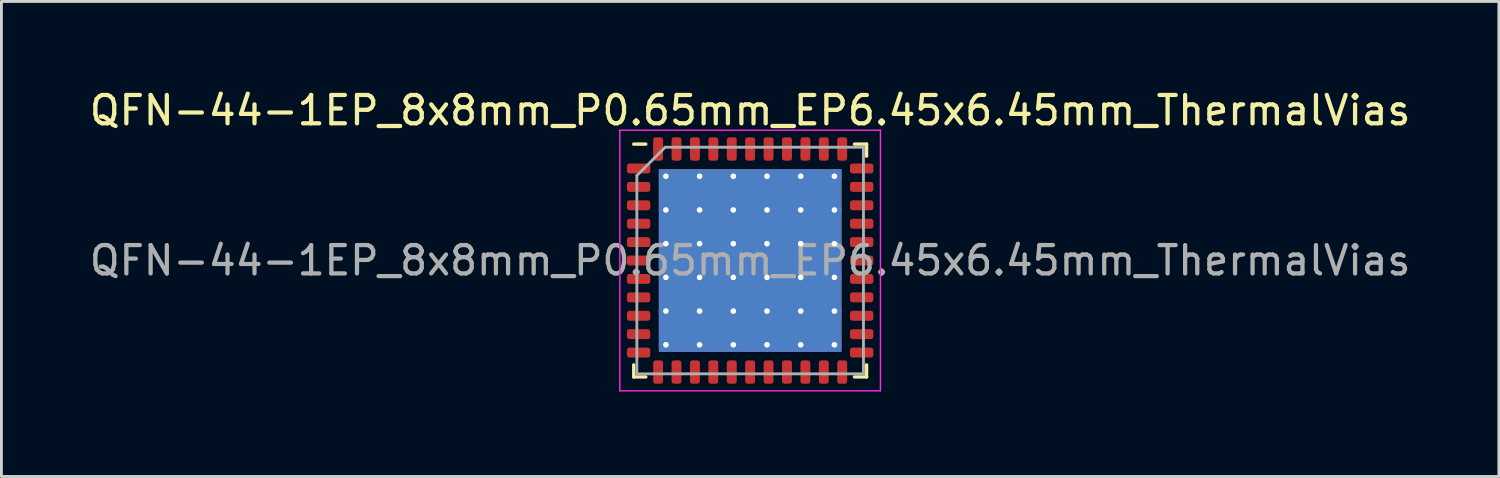
<source format=kicad_pcb>
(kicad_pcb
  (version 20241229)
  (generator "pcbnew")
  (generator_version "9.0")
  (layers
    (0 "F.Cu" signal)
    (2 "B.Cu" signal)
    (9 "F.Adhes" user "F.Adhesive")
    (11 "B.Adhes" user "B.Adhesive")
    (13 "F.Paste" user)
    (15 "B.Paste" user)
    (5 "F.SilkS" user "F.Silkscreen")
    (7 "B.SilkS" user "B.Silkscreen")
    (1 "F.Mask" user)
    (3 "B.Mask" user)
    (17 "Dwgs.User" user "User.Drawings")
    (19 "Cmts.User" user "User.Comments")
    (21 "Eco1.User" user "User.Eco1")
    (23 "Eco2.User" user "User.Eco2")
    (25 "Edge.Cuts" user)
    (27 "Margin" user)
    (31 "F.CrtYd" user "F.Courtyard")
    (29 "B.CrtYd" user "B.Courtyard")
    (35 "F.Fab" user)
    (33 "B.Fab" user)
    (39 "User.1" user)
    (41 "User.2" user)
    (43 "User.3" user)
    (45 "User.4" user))
  (footprint "QFN-44-1EP_8x8mm_P0.65mm_EP6.45x6.45mm_ThermalVias"
    (layer "F.Cu")
    (at 23.435 6.148)
    (property "Reference" "QFN-44-1EP_8x8mm_P0.65mm_EP6.45x6.45mm_ThermalVias" (at 0 -5.3 0) (layer "F.SilkS") (effects (font (size 1 1) (thickness 0.15))))
    (attr smd)
    (fp_line (start -4.11 4.11) (end -4.11 3.685) (stroke (width 0.12) (type solid)) (layer "F.SilkS"))
    (fp_line (start -3.685 -4.11) (end -4.11 -4.11) (stroke (width 0.12) (type solid)) (layer "F.SilkS"))
    (fp_line (start -3.685 4.11) (end -4.11 4.11) (stroke (width 0.12) (type solid)) (layer "F.SilkS"))
    (fp_line (start 3.685 -4.11) (end 4.11 -4.11) (stroke (width 0.12) (type solid)) (layer "F.SilkS"))
    (fp_line (start 3.685 4.11) (end 4.11 4.11) (stroke (width 0.12) (type solid)) (layer "F.SilkS"))
    (fp_line (start 4.11 -4.11) (end 4.11 -3.685) (stroke (width 0.12) (type solid)) (layer "F.SilkS"))
    (fp_line (start 4.11 4.11) (end 4.11 3.685) (stroke (width 0.12) (type solid)) (layer "F.SilkS"))
    (fp_line (start -4.6 -4.6) (end -4.6 4.6) (stroke (width 0.05) (type solid)) (layer "F.CrtYd"))
    (fp_line (start -4.6 4.6) (end 4.6 4.6) (stroke (width 0.05) (type solid)) (layer "F.CrtYd"))
    (fp_line (start 4.6 -4.6) (end -4.6 -4.6) (stroke (width 0.05) (type solid)) (layer "F.CrtYd"))
    (fp_line (start 4.6 4.6) (end 4.6 -4.6) (stroke (width 0.05) (type solid)) (layer "F.CrtYd"))
    (fp_line (start -4 -3) (end -3 -4) (stroke (width 0.1) (type solid)) (layer "F.Fab"))
    (fp_line (start -4 4) (end -4 -3) (stroke (width 0.1) (type solid)) (layer "F.Fab"))
    (fp_line (start -3 -4) (end 4 -4) (stroke (width 0.1) (type solid)) (layer "F.Fab"))
    (fp_line (start 4 -4) (end 4 4) (stroke (width 0.1) (type solid)) (layer "F.Fab"))
    (fp_line (start 4 4) (end -4 4) (stroke (width 0.1) (type solid)) (layer "F.Fab"))
    (fp_text user "${REFERENCE}" (at 0 0 0) (layer "F.Fab") (effects (font (size 1 1) (thickness 0.15))))
    (pad "" smd roundrect (at -2.38 -2.38) (size 0.999 0.999) (layers "F.Paste") (roundrect_rratio 0.25))
    (pad "" smd roundrect (at -2.38 -1.19) (size 0.999 0.999) (layers "F.Paste") (roundrect_rratio 0.25))
    (pad "" smd roundrect (at -2.38 0) (size 0.999 0.999) (layers "F.Paste") (roundrect_rratio 0.25))
    (pad "" smd roundrect (at -2.38 1.19) (size 0.999 0.999) (layers "F.Paste") (roundrect_rratio 0.25))
    (pad "" smd roundrect (at -2.38 2.38) (size 0.999 0.999) (layers "F.Paste") (roundrect_rratio 0.25))
    (pad "" smd roundrect (at -1.19 -2.38) (size 0.999 0.999) (layers "F.Paste") (roundrect_rratio 0.25))
    (pad "" smd roundrect (at -1.19 -1.19) (size 0.999 0.999) (layers "F.Paste") (roundrect_rratio 0.25))
    (pad "" smd roundrect (at -1.19 0) (size 0.999 0.999) (layers "F.Paste") (roundrect_rratio 0.25))
    (pad "" smd roundrect (at -1.19 1.19) (size 0.999 0.999) (layers "F.Paste") (roundrect_rratio 0.25))
    (pad "" smd roundrect (at -1.19 2.38) (size 0.999 0.999) (layers "F.Paste") (roundrect_rratio 0.25))
    (pad "" smd roundrect (at 0 -2.38) (size 0.999 0.999) (layers "F.Paste") (roundrect_rratio 0.25))
    (pad "" smd roundrect (at 0 -1.19) (size 0.999 0.999) (layers "F.Paste") (roundrect_rratio 0.25))
    (pad "" smd roundrect (at 0 0) (size 0.999 0.999) (layers "F.Paste") (roundrect_rratio 0.25))
    (pad "" smd roundrect (at 0 1.19) (size 0.999 0.999) (layers "F.Paste") (roundrect_rratio 0.25))
    (pad "" smd roundrect (at 0 2.38) (size 0.999 0.999) (layers "F.Paste") (roundrect_rratio 0.25))
    (pad "" smd roundrect (at 1.19 -2.38) (size 0.999 0.999) (layers "F.Paste") (roundrect_rratio 0.25))
    (pad "" smd roundrect (at 1.19 -1.19) (size 0.999 0.999) (layers "F.Paste") (roundrect_rratio 0.25))
    (pad "" smd roundrect (at 1.19 0) (size 0.999 0.999) (layers "F.Paste") (roundrect_rratio 0.25))
    (pad "" smd roundrect (at 1.19 1.19) (size 0.999 0.999) (layers "F.Paste") (roundrect_rratio 0.25))
    (pad "" smd roundrect (at 1.19 2.38) (size 0.999 0.999) (layers "F.Paste") (roundrect_rratio 0.25))
    (pad "" smd roundrect (at 2.38 -2.38) (size 0.999 0.999) (layers "F.Paste") (roundrect_rratio 0.25))
    (pad "" smd roundrect (at 2.38 -1.19) (size 0.999 0.999) (layers "F.Paste") (roundrect_rratio 0.25))
    (pad "" smd roundrect (at 2.38 0) (size 0.999 0.999) (layers "F.Paste") (roundrect_rratio 0.25))
    (pad "" smd roundrect (at 2.38 1.19) (size 0.999 0.999) (layers "F.Paste") (roundrect_rratio 0.25))
    (pad "" smd roundrect (at 2.38 2.38) (size 0.999 0.999) (layers "F.Paste") (roundrect_rratio 0.25))
    (pad "1" smd roundrect (at -3.938 -3.25) (size 0.825 0.35) (layers "F.Cu" "F.Mask" "F.Paste") (roundrect_rratio 0.25))
    (pad "2" smd roundrect (at -3.938 -2.6) (size 0.825 0.35) (layers "F.Cu" "F.Mask" "F.Paste") (roundrect_rratio 0.25))
    (pad "3" smd roundrect (at -3.938 -1.95) (size 0.825 0.35) (layers "F.Cu" "F.Mask" "F.Paste") (roundrect_rratio 0.25))
    (pad "4" smd roundrect (at -3.938 -1.3) (size 0.825 0.35) (layers "F.Cu" "F.Mask" "F.Paste") (roundrect_rratio 0.25))
    (pad "5" smd roundrect (at -3.938 -0.65) (size 0.825 0.35) (layers "F.Cu" "F.Mask" "F.Paste") (roundrect_rratio 0.25))
    (pad "6" smd roundrect (at -3.938 0) (size 0.825 0.35) (layers "F.Cu" "F.Mask" "F.Paste") (roundrect_rratio 0.25))
    (pad "7" smd roundrect (at -3.938 0.65) (size 0.825 0.35) (layers "F.Cu" "F.Mask" "F.Paste") (roundrect_rratio 0.25))
    (pad "8" smd roundrect (at -3.938 1.3) (size 0.825 0.35) (layers "F.Cu" "F.Mask" "F.Paste") (roundrect_rratio 0.25))
    (pad "9" smd roundrect (at -3.938 1.95) (size 0.825 0.35) (layers "F.Cu" "F.Mask" "F.Paste") (roundrect_rratio 0.25))
    (pad "10" smd roundrect (at -3.938 2.6) (size 0.825 0.35) (layers "F.Cu" "F.Mask" "F.Paste") (roundrect_rratio 0.25))
    (pad "11" smd roundrect (at -3.938 3.25) (size 0.825 0.35) (layers "F.Cu" "F.Mask" "F.Paste") (roundrect_rratio 0.25))
    (pad "12" smd roundrect (at -3.25 3.938) (size 0.35 0.825) (layers "F.Cu" "F.Mask" "F.Paste") (roundrect_rratio 0.25))
    (pad "13" smd roundrect (at -2.6 3.938) (size 0.35 0.825) (layers "F.Cu" "F.Mask" "F.Paste") (roundrect_rratio 0.25))
    (pad "14" smd roundrect (at -1.95 3.938) (size 0.35 0.825) (layers "F.Cu" "F.Mask" "F.Paste") (roundrect_rratio 0.25))
    (pad "15" smd roundrect (at -1.3 3.938) (size 0.35 0.825) (layers "F.Cu" "F.Mask" "F.Paste") (roundrect_rratio 0.25))
    (pad "16" smd roundrect (at -0.65 3.938) (size 0.35 0.825) (layers "F.Cu" "F.Mask" "F.Paste") (roundrect_rratio 0.25))
    (pad "17" smd roundrect (at 0 3.938) (size 0.35 0.825) (layers "F.Cu" "F.Mask" "F.Paste") (roundrect_rratio 0.25))
    (pad "18" smd roundrect (at 0.65 3.938) (size 0.35 0.825) (layers "F.Cu" "F.Mask" "F.Paste") (roundrect_rratio 0.25))
    (pad "19" smd roundrect (at 1.3 3.938) (size 0.35 0.825) (layers "F.Cu" "F.Mask" "F.Paste") (roundrect_rratio 0.25))
    (pad "20" smd roundrect (at 1.95 3.938) (size 0.35 0.825) (layers "F.Cu" "F.Mask" "F.Paste") (roundrect_rratio 0.25))
    (pad "21" smd roundrect (at 2.6 3.938) (size 0.35 0.825) (layers "F.Cu" "F.Mask" "F.Paste") (roundrect_rratio 0.25))
    (pad "22" smd roundrect (at 3.25 3.938) (size 0.35 0.825) (layers "F.Cu" "F.Mask" "F.Paste") (roundrect_rratio 0.25))
    (pad "23" smd roundrect (at 3.938 3.25) (size 0.825 0.35) (layers "F.Cu" "F.Mask" "F.Paste") (roundrect_rratio 0.25))
    (pad "24" smd roundrect (at 3.938 2.6) (size 0.825 0.35) (layers "F.Cu" "F.Mask" "F.Paste") (roundrect_rratio 0.25))
    (pad "25" smd roundrect (at 3.938 1.95) (size 0.825 0.35) (layers "F.Cu" "F.Mask" "F.Paste") (roundrect_rratio 0.25))
    (pad "26" smd roundrect (at 3.938 1.3) (size 0.825 0.35) (layers "F.Cu" "F.Mask" "F.Paste") (roundrect_rratio 0.25))
    (pad "27" smd roundrect (at 3.938 0.65) (size 0.825 0.35) (layers "F.Cu" "F.Mask" "F.Paste") (roundrect_rratio 0.25))
    (pad "28" smd roundrect (at 3.938 0) (size 0.825 0.35) (layers "F.Cu" "F.Mask" "F.Paste") (roundrect_rratio 0.25))
    (pad "29" smd roundrect (at 3.938 -0.65) (size 0.825 0.35) (layers "F.Cu" "F.Mask" "F.Paste") (roundrect_rratio 0.25))
    (pad "30" smd roundrect (at 3.938 -1.3) (size 0.825 0.35) (layers "F.Cu" "F.Mask" "F.Paste") (roundrect_rratio 0.25))
    (pad "31" smd roundrect (at 3.938 -1.95) (size 0.825 0.35) (layers "F.Cu" "F.Mask" "F.Paste") (roundrect_rratio 0.25))
    (pad "32" smd roundrect (at 3.938 -2.6) (size 0.825 0.35) (layers "F.Cu" "F.Mask" "F.Paste") (roundrect_rratio 0.25))
    (pad "33" smd roundrect (at 3.938 -3.25) (size 0.825 0.35) (layers "F.Cu" "F.Mask" "F.Paste") (roundrect_rratio 0.25))
    (pad "34" smd roundrect (at 3.25 -3.938) (size 0.35 0.825) (layers "F.Cu" "F.Mask" "F.Paste") (roundrect_rratio 0.25))
    (pad "35" smd roundrect (at 2.6 -3.938) (size 0.35 0.825) (layers "F.Cu" "F.Mask" "F.Paste") (roundrect_rratio 0.25))
    (pad "36" smd roundrect (at 1.95 -3.938) (size 0.35 0.825) (layers "F.Cu" "F.Mask" "F.Paste") (roundrect_rratio 0.25))
    (pad "37" smd roundrect (at 1.3 -3.938) (size 0.35 0.825) (layers "F.Cu" "F.Mask" "F.Paste") (roundrect_rratio 0.25))
    (pad "38" smd roundrect (at 0.65 -3.938) (size 0.35 0.825) (layers "F.Cu" "F.Mask" "F.Paste") (roundrect_rratio 0.25))
    (pad "39" smd roundrect (at 0 -3.938) (size 0.35 0.825) (layers "F.Cu" "F.Mask" "F.Paste") (roundrect_rratio 0.25))
    (pad "40" smd roundrect (at -0.65 -3.938) (size 0.35 0.825) (layers "F.Cu" "F.Mask" "F.Paste") (roundrect_rratio 0.25))
    (pad "41" smd roundrect (at -1.3 -3.938) (size 0.35 0.825) (layers "F.Cu" "F.Mask" "F.Paste") (roundrect_rratio 0.25))
    (pad "42" smd roundrect (at -1.95 -3.938) (size 0.35 0.825) (layers "F.Cu" "F.Mask" "F.Paste") (roundrect_rratio 0.25))
    (pad "43" smd roundrect (at -2.6 -3.938) (size 0.35 0.825) (layers "F.Cu" "F.Mask" "F.Paste") (roundrect_rratio 0.25))
    (pad "44" smd roundrect (at -3.25 -3.938) (size 0.35 0.825) (layers "F.Cu" "F.Mask" "F.Paste") (roundrect_rratio 0.25))
    (pad "45" thru_hole circle (at -2.975 -2.975) (size 0.5 0.5) (drill 0.2) (layers "*.Cu"))
    (pad "45" thru_hole circle (at -2.975 -1.785) (size 0.5 0.5) (drill 0.2) (layers "*.Cu"))
    (pad "45" thru_hole circle (at -2.975 -0.595) (size 0.5 0.5) (drill 0.2) (layers "*.Cu"))
    (pad "45" thru_hole circle (at -2.975 0.595) (size 0.5 0.5) (drill 0.2) (layers "*.Cu"))
    (pad "45" thru_hole circle (at -2.975 1.785) (size 0.5 0.5) (drill 0.2) (layers "*.Cu"))
    (pad "45" thru_hole circle (at -2.975 2.975) (size 0.5 0.5) (drill 0.2) (layers "*.Cu"))
    (pad "45" thru_hole circle (at -1.785 -2.975) (size 0.5 0.5) (drill 0.2) (layers "*.Cu"))
    (pad "45" thru_hole circle (at -1.785 -1.785) (size 0.5 0.5) (drill 0.2) (layers "*.Cu"))
    (pad "45" thru_hole circle (at -1.785 -0.595) (size 0.5 0.5) (drill 0.2) (layers "*.Cu"))
    (pad "45" thru_hole circle (at -1.785 0.595) (size 0.5 0.5) (drill 0.2) (layers "*.Cu"))
    (pad "45" thru_hole circle (at -1.785 1.785) (size 0.5 0.5) (drill 0.2) (layers "*.Cu"))
    (pad "45" thru_hole circle (at -1.785 2.975) (size 0.5 0.5) (drill 0.2) (layers "*.Cu"))
    (pad "45" thru_hole circle (at -0.595 -2.975) (size 0.5 0.5) (drill 0.2) (layers "*.Cu"))
    (pad "45" thru_hole circle (at -0.595 -1.785) (size 0.5 0.5) (drill 0.2) (layers "*.Cu"))
    (pad "45" thru_hole circle (at -0.595 -0.595) (size 0.5 0.5) (drill 0.2) (layers "*.Cu"))
    (pad "45" thru_hole circle (at -0.595 0.595) (size 0.5 0.5) (drill 0.2) (layers "*.Cu"))
    (pad "45" thru_hole circle (at -0.595 1.785) (size 0.5 0.5) (drill 0.2) (layers "*.Cu"))
    (pad "45" thru_hole circle (at -0.595 2.975) (size 0.5 0.5) (drill 0.2) (layers "*.Cu"))
    (pad "45" smd rect (at 0 0) (size 6.45 6.45) (layers "F.Cu" "F.Mask"))
    (pad "45" smd rect (at 0 0) (size 6.45 6.45) (layers "B.Cu"))
    (pad "45" thru_hole circle (at 0.595 -2.975) (size 0.5 0.5) (drill 0.2) (layers "*.Cu"))
    (pad "45" thru_hole circle (at 0.595 -1.785) (size 0.5 0.5) (drill 0.2) (layers "*.Cu"))
    (pad "45" thru_hole circle (at 0.595 -0.595) (size 0.5 0.5) (drill 0.2) (layers "*.Cu"))
    (pad "45" thru_hole circle (at 0.595 0.595) (size 0.5 0.5) (drill 0.2) (layers "*.Cu"))
    (pad "45" thru_hole circle (at 0.595 1.785) (size 0.5 0.5) (drill 0.2) (layers "*.Cu"))
    (pad "45" thru_hole circle (at 0.595 2.975) (size 0.5 0.5) (drill 0.2) (layers "*.Cu"))
    (pad "45" thru_hole circle (at 1.785 -2.975) (size 0.5 0.5) (drill 0.2) (layers "*.Cu"))
    (pad "45" thru_hole circle (at 1.785 -1.785) (size 0.5 0.5) (drill 0.2) (layers "*.Cu"))
    (pad "45" thru_hole circle (at 1.785 -0.595) (size 0.5 0.5) (drill 0.2) (layers "*.Cu"))
    (pad "45" thru_hole circle (at 1.785 0.595) (size 0.5 0.5) (drill 0.2) (layers "*.Cu"))
    (pad "45" thru_hole circle (at 1.785 1.785) (size 0.5 0.5) (drill 0.2) (layers "*.Cu"))
    (pad "45" thru_hole circle (at 1.785 2.975) (size 0.5 0.5) (drill 0.2) (layers "*.Cu"))
    (pad "45" thru_hole circle (at 2.975 -2.975) (size 0.5 0.5) (drill 0.2) (layers "*.Cu"))
    (pad "45" thru_hole circle (at 2.975 -1.785) (size 0.5 0.5) (drill 0.2) (layers "*.Cu"))
    (pad "45" thru_hole circle (at 2.975 -0.595) (size 0.5 0.5) (drill 0.2) (layers "*.Cu"))
    (pad "45" thru_hole circle (at 2.975 0.595) (size 0.5 0.5) (drill 0.2) (layers "*.Cu"))
    (pad "45" thru_hole circle (at 2.975 1.785) (size 0.5 0.5) (drill 0.2) (layers "*.Cu"))
    (pad "45" thru_hole circle (at 2.975 2.975) (size 0.5 0.5) (drill 0.2) (layers "*.Cu")))
  (gr_rect
    (start -3 -3)
    (end 49.869 13.773)
    (stroke (width 0.1) (type default))
    (fill no)
    (layer "Edge.Cuts")))
</source>
